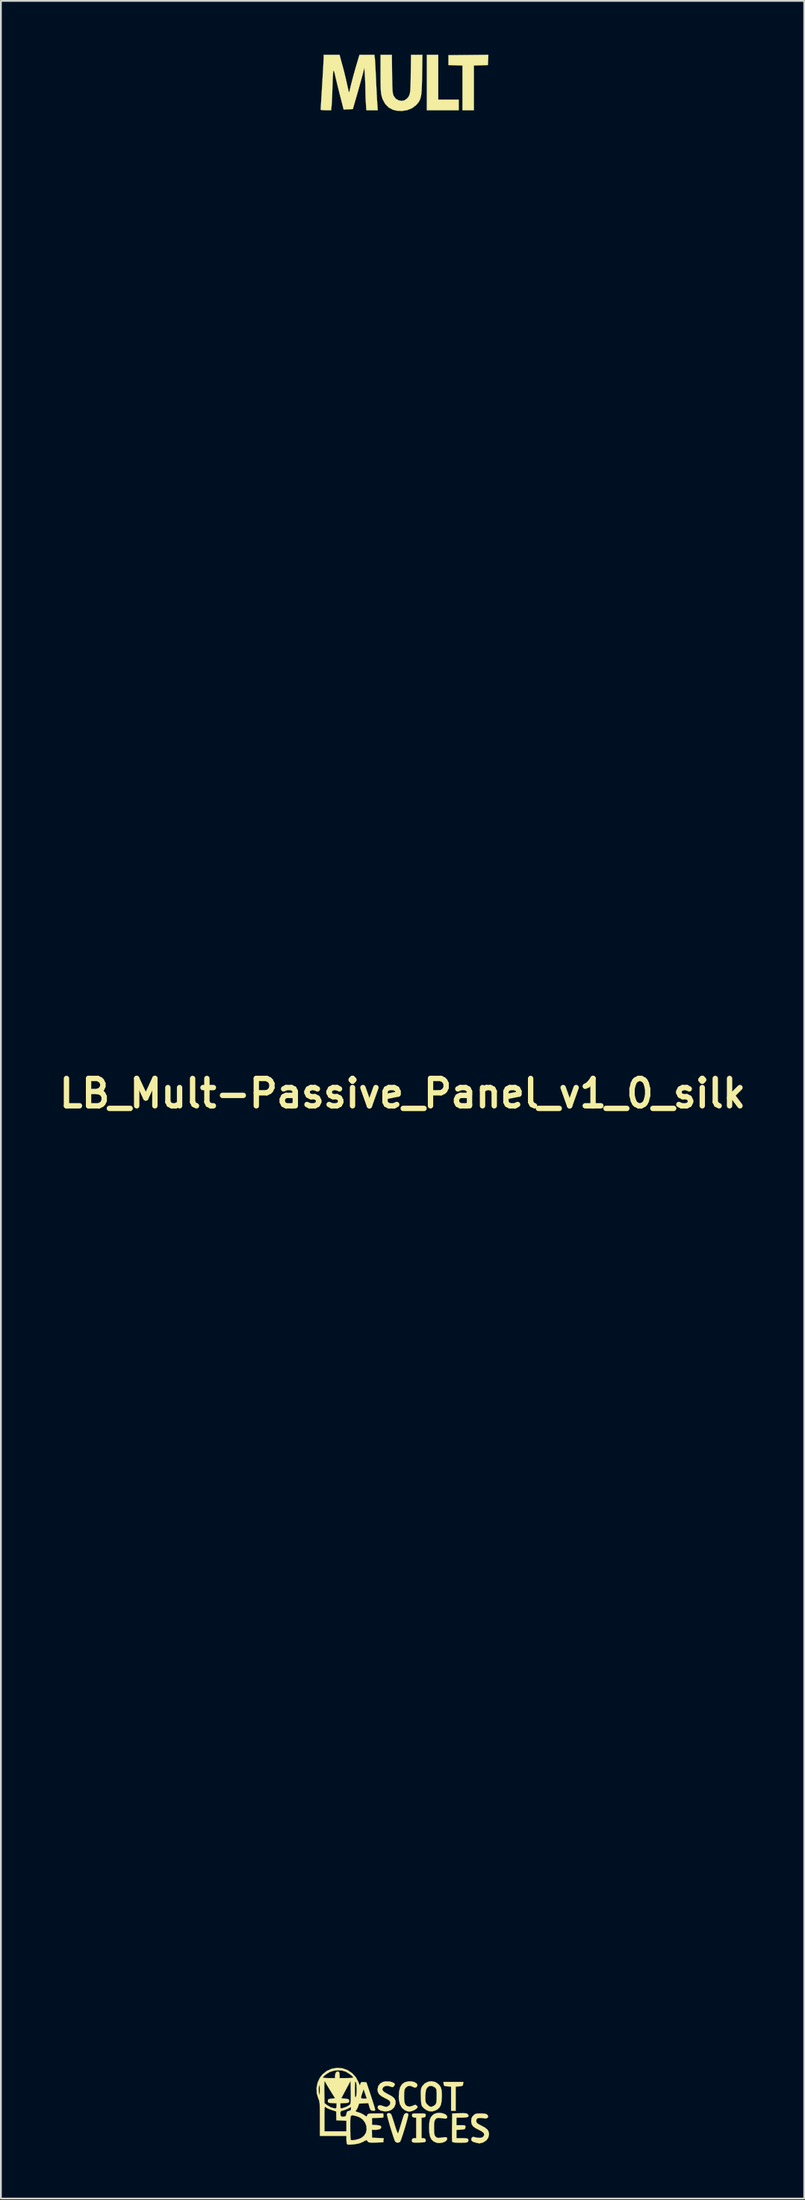
<source format=kicad_pcb>
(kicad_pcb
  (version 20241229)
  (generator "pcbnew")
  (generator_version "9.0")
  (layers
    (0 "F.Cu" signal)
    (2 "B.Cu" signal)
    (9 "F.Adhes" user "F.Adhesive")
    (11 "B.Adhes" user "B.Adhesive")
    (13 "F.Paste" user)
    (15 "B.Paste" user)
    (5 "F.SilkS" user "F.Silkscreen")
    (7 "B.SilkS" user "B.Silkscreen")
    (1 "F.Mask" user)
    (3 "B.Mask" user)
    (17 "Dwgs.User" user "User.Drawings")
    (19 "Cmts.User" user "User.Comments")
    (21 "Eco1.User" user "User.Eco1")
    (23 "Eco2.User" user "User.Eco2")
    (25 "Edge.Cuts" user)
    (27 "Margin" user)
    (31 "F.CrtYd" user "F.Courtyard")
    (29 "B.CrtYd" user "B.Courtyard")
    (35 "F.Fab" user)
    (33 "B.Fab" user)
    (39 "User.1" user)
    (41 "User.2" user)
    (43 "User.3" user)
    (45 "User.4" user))
  (footprint "LB_Mult-Passive_Panel_v1_0_silk"
    (layer "F.Cu")
    (at 19.42 57.918)
    (property "Reference" "LB_Mult-Passive_Panel_v1_0_silk" (at 0 0 0) (layer "F.SilkS") (effects (font (size 1.524 1.524) (thickness 0.3))))
    (attr through_hole)
    (fp_poly (pts (xy 1.99 -55.414) (xy 3.133 -55.414) (xy 3.133 -54.822) (xy 1.355 -54.822) (xy 1.355 -57.912) (xy 1.99 -57.912) (xy 1.99 -55.414)) (stroke (width 0.01) (type solid)) (fill yes) (layer "F.SilkS"))
    (fp_poly (pts (xy 4.775 -57.627) (xy 4.763 -57.34) (xy 4.371 -57.328) (xy 3.979 -57.316) (xy 3.979 -54.822) (xy 3.344 -54.822) (xy 3.344 -57.316) (xy 2.953 -57.328) (xy 2.561 -57.34) (xy 2.561 -57.891) (xy 4.788 -57.913) (xy 4.775 -57.627)) (stroke (width 0.01) (type solid)) (fill yes) (layer "F.SilkS"))
    (fp_poly (pts (xy 3.379 55.234) (xy 3.363 55.306) (xy 3.32 55.342) (xy 3.226 55.359) (xy 3.164 55.364) (xy 2.963 55.377) (xy 2.963 56.727) (xy 2.709 56.727) (xy 2.709 55.377) (xy 2.508 55.364) (xy 2.386 55.351) (xy 2.324 55.325) (xy 2.299 55.27) (xy 2.294 55.234) (xy 2.28 55.118) (xy 3.392 55.118) (xy 3.379 55.234)) (stroke (width 0.01) (type solid)) (fill yes) (layer "F.SilkS"))
    (fp_poly (pts (xy 1.091 56.876) (xy 1.203 56.881) (xy 1.262 56.896) (xy 1.287 56.925) (xy 1.291 56.971) (xy 1.291 56.981) (xy 1.273 57.062) (xy 1.201 57.096) (xy 1.175 57.1) (xy 1.058 57.113) (xy 1.058 58.245) (xy 1.175 58.258) (xy 1.262 58.285) (xy 1.29 58.354) (xy 1.291 58.378) (xy 1.288 58.428) (xy 1.266 58.46) (xy 1.21 58.479) (xy 1.102 58.489) (xy 0.928 58.495) (xy 0.92 58.496) (xy 0.735 58.499) (xy 0.618 58.493) (xy 0.553 58.476) (xy 0.525 58.444) (xy 0.524 58.443) (xy 0.517 58.336) (xy 0.579 58.266) (xy 0.655 58.251) (xy 0.762 58.251) (xy 0.762 57.113) (xy 0.646 57.1) (xy 0.558 57.073) (xy 0.53 57.004) (xy 0.529 56.981) (xy 0.532 56.931) (xy 0.552 56.899) (xy 0.605 56.883) (xy 0.708 56.876) (xy 0.877 56.875) (xy 0.91 56.875) (xy 1.091 56.876)) (stroke (width 0.01) (type solid)) (fill yes) (layer "F.SilkS"))
    (fp_poly (pts (xy 3.513 56.866) (xy 3.593 56.884) (xy 3.638 56.914) (xy 3.639 56.915) (xy 3.685 56.999) (xy 3.659 57.058) (xy 3.557 57.093) (xy 3.377 57.107) (xy 3.324 57.108) (xy 3.006 57.108) (xy 3.006 57.531) (xy 3.262 57.531) (xy 3.404 57.533) (xy 3.479 57.543) (xy 3.508 57.573) (xy 3.508 57.629) (xy 3.506 57.647) (xy 3.492 57.713) (xy 3.457 57.75) (xy 3.378 57.768) (xy 3.249 57.777) (xy 3.006 57.789) (xy 3.006 58.251) (xy 3.321 58.251) (xy 3.505 58.256) (xy 3.617 58.276) (xy 3.668 58.318) (xy 3.671 58.385) (xy 3.662 58.42) (xy 3.642 58.459) (xy 3.602 58.484) (xy 3.526 58.497) (xy 3.397 58.503) (xy 3.213 58.505) (xy 2.999 58.501) (xy 2.86 58.489) (xy 2.787 58.468) (xy 2.77 58.45) (xy 2.764 58.392) (xy 2.76 58.264) (xy 2.758 58.08) (xy 2.759 57.856) (xy 2.761 57.635) (xy 2.773 56.875) (xy 3.179 56.863) (xy 3.38 56.86) (xy 3.513 56.866)) (stroke (width 0.01) (type solid)) (fill yes) (layer "F.SilkS"))
    (fp_poly (pts (xy 0.507 55.089) (xy 0.66 55.127) (xy 0.772 55.192) (xy 0.827 55.275) (xy 0.822 55.344) (xy 0.756 55.421) (xy 0.656 55.429) (xy 0.58 55.393) (xy 0.433 55.333) (xy 0.29 55.35) (xy 0.172 55.441) (xy 0.127 55.513) (xy 0.101 55.602) (xy 0.088 55.731) (xy 0.085 55.91) (xy 0.091 56.132) (xy 0.114 56.286) (xy 0.159 56.387) (xy 0.231 56.451) (xy 0.287 56.477) (xy 0.392 56.496) (xy 0.511 56.468) (xy 0.561 56.447) (xy 0.667 56.403) (xy 0.729 56.398) (xy 0.779 56.429) (xy 0.792 56.442) (xy 0.837 56.505) (xy 0.816 56.564) (xy 0.801 56.583) (xy 0.698 56.663) (xy 0.553 56.731) (xy 0.406 56.767) (xy 0.371 56.769) (xy 0.269 56.75) (xy 0.146 56.702) (xy 0.126 56.692) (xy -0.035 56.561) (xy -0.146 56.365) (xy -0.203 56.109) (xy -0.211 55.945) (xy -0.192 55.641) (xy -0.131 55.408) (xy -0.026 55.241) (xy 0.126 55.135) (xy 0.328 55.086) (xy 0.33 55.086) (xy 0.507 55.089)) (stroke (width 0.01) (type solid)) (fill yes) (layer "F.SilkS"))
    (fp_poly (pts (xy 2.2 56.858) (xy 2.341 56.901) (xy 2.444 56.966) (xy 2.49 57.05) (xy 2.49 57.078) (xy 2.477 57.127) (xy 2.446 57.154) (xy 2.38 57.16) (xy 2.262 57.15) (xy 2.095 57.126) (xy 1.971 57.118) (xy 1.891 57.147) (xy 1.841 57.193) (xy 1.8 57.251) (xy 1.775 57.328) (xy 1.761 57.443) (xy 1.757 57.618) (xy 1.757 57.679) (xy 1.76 57.874) (xy 1.77 58.004) (xy 1.792 58.089) (xy 1.828 58.15) (xy 1.841 58.165) (xy 1.914 58.225) (xy 2.004 58.241) (xy 2.095 58.232) (xy 2.275 58.207) (xy 2.388 58.198) (xy 2.45 58.206) (xy 2.479 58.235) (xy 2.49 58.28) (xy 2.464 58.365) (xy 2.374 58.44) (xy 2.242 58.495) (xy 2.089 58.522) (xy 1.936 58.515) (xy 1.89 58.504) (xy 1.727 58.431) (xy 1.611 58.32) (xy 1.534 58.16) (xy 1.493 57.939) (xy 1.482 57.671) (xy 1.491 57.413) (xy 1.523 57.222) (xy 1.584 57.08) (xy 1.68 56.971) (xy 1.758 56.912) (xy 1.888 56.859) (xy 2.043 56.842) (xy 2.2 56.858)) (stroke (width 0.01) (type solid)) (fill yes) (layer "F.SilkS"))
    (fp_poly (pts (xy 0.312 56.896) (xy 0.323 56.916) (xy 0.318 56.973) (xy 0.291 57.094) (xy 0.247 57.264) (xy 0.19 57.466) (xy 0.126 57.684) (xy 0.059 57.902) (xy -0.006 58.104) (xy -0.064 58.274) (xy -0.11 58.396) (xy -0.138 58.452) (xy -0.22 58.498) (xy -0.323 58.496) (xy -0.405 58.448) (xy -0.417 58.431) (xy -0.451 58.347) (xy -0.501 58.206) (xy -0.561 58.022) (xy -0.627 57.814) (xy -0.693 57.595) (xy -0.755 57.382) (xy -0.808 57.191) (xy -0.848 57.037) (xy -0.869 56.938) (xy -0.871 56.909) (xy -0.815 56.862) (xy -0.728 56.859) (xy -0.651 56.901) (xy -0.646 56.907) (xy -0.618 56.965) (xy -0.574 57.088) (xy -0.517 57.259) (xy -0.454 57.46) (xy -0.442 57.501) (xy -0.381 57.694) (xy -0.326 57.849) (xy -0.282 57.952) (xy -0.255 57.99) (xy -0.251 57.987) (xy -0.228 57.927) (xy -0.188 57.803) (xy -0.136 57.636) (xy -0.086 57.468) (xy -0.027 57.274) (xy 0.026 57.106) (xy 0.068 56.983) (xy 0.091 56.928) (xy 0.157 56.869) (xy 0.244 56.857) (xy 0.312 56.896)) (stroke (width 0.01) (type solid)) (fill yes) (layer "F.SilkS"))
    (fp_poly (pts (xy -0.712 55.095) (xy -0.581 55.133) (xy -0.469 55.188) (xy -0.43 55.24) (xy -0.454 55.31) (xy -0.482 55.352) (xy -0.536 55.405) (xy -0.603 55.402) (xy -0.654 55.381) (xy -0.822 55.334) (xy -0.973 55.347) (xy -1.077 55.411) (xy -1.129 55.5) (xy -1.115 55.586) (xy -1.03 55.674) (xy -0.869 55.772) (xy -0.786 55.814) (xy -0.584 55.926) (xy -0.457 56.038) (xy -0.395 56.163) (xy -0.391 56.312) (xy -0.398 56.359) (xy -0.469 56.532) (xy -0.602 56.66) (xy -0.779 56.738) (xy -0.988 56.758) (xy -1.212 56.715) (xy -1.228 56.709) (xy -1.34 56.643) (xy -1.391 56.557) (xy -1.373 56.47) (xy -1.344 56.439) (xy -1.281 56.417) (xy -1.178 56.434) (xy -1.094 56.462) (xy -0.972 56.502) (xy -0.896 56.509) (xy -0.829 56.484) (xy -0.786 56.457) (xy -0.702 56.377) (xy -0.685 56.277) (xy -0.685 56.269) (xy -0.706 56.2) (xy -0.763 56.14) (xy -0.872 56.074) (xy -0.968 56.026) (xy -1.171 55.916) (xy -1.303 55.808) (xy -1.374 55.689) (xy -1.397 55.547) (xy -1.397 55.537) (xy -1.359 55.352) (xy -1.253 55.208) (xy -1.087 55.115) (xy -0.949 55.087) (xy -0.712 55.095)) (stroke (width 0.01) (type solid)) (fill yes) (layer "F.SilkS"))
    (fp_poly (pts (xy -0.585 -56.843) (xy -0.58 -56.508) (xy -0.575 -56.247) (xy -0.568 -56.048) (xy -0.558 -55.899) (xy -0.545 -55.79) (xy -0.529 -55.71) (xy -0.507 -55.646) (xy -0.49 -55.61) (xy -0.378 -55.464) (xy -0.228 -55.373) (xy -0.06 -55.341) (xy 0.104 -55.371) (xy 0.242 -55.468) (xy 0.302 -55.537) (xy 0.349 -55.603) (xy 0.384 -55.679) (xy 0.41 -55.775) (xy 0.429 -55.903) (xy 0.441 -56.073) (xy 0.449 -56.297) (xy 0.455 -56.587) (xy 0.458 -56.843) (xy 0.472 -57.912) (xy 1.107 -57.912) (xy 1.091 -56.801) (xy 1.084 -56.417) (xy 1.074 -56.108) (xy 1.06 -55.861) (xy 1.038 -55.666) (xy 1.006 -55.513) (xy 0.963 -55.39) (xy 0.905 -55.286) (xy 0.832 -55.191) (xy 0.74 -55.094) (xy 0.738 -55.092) (xy 0.523 -54.933) (xy 0.26 -54.828) (xy -0.03 -54.782) (xy -0.327 -54.796) (xy -0.545 -54.851) (xy -0.78 -54.978) (xy -0.97 -55.173) (xy -1.109 -55.43) (xy -1.141 -55.522) (xy -1.168 -55.619) (xy -1.189 -55.716) (xy -1.205 -55.827) (xy -1.215 -55.964) (xy -1.222 -56.141) (xy -1.226 -56.37) (xy -1.227 -56.663) (xy -1.228 -56.858) (xy -1.228 -57.912) (xy -0.598 -57.912) (xy -0.585 -56.843)) (stroke (width 0.01) (type solid)) (fill yes) (layer "F.SilkS"))
    (fp_poly (pts (xy 4.536 56.881) (xy 4.649 56.902) (xy 4.721 56.942) (xy 4.729 56.95) (xy 4.778 57.023) (xy 4.759 57.094) (xy 4.756 57.098) (xy 4.683 57.152) (xy 4.63 57.156) (xy 4.402 57.124) (xy 4.244 57.126) (xy 4.15 57.166) (xy 4.112 57.247) (xy 4.114 57.328) (xy 4.145 57.395) (xy 4.229 57.464) (xy 4.379 57.545) (xy 4.397 57.554) (xy 4.601 57.665) (xy 4.733 57.773) (xy 4.804 57.892) (xy 4.826 58.035) (xy 4.826 58.04) (xy 4.786 58.218) (xy 4.679 58.372) (xy 4.52 58.479) (xy 4.453 58.503) (xy 4.347 58.53) (xy 4.282 58.542) (xy 4.276 58.542) (xy 4.225 58.531) (xy 4.123 58.508) (xy 4.078 58.498) (xy 3.919 58.446) (xy 3.84 58.377) (xy 3.836 58.288) (xy 3.853 58.249) (xy 3.913 58.184) (xy 3.994 58.188) (xy 4.198 58.236) (xy 4.368 58.236) (xy 4.486 58.188) (xy 4.503 58.173) (xy 4.559 58.074) (xy 4.539 57.981) (xy 4.442 57.888) (xy 4.263 57.791) (xy 4.262 57.79) (xy 4.061 57.687) (xy 3.931 57.586) (xy 3.859 57.474) (xy 3.832 57.336) (xy 3.831 57.295) (xy 3.846 57.15) (xy 3.903 57.042) (xy 3.949 56.992) (xy 4.02 56.929) (xy 4.095 56.894) (xy 4.2 56.878) (xy 4.36 56.875) (xy 4.536 56.881)) (stroke (width 0.01) (type solid)) (fill yes) (layer "F.SilkS"))
    (fp_poly (pts (xy 1.817 55.122) (xy 1.909 55.172) (xy 2.039 55.278) (xy 2.126 55.404) (xy 2.176 55.566) (xy 2.194 55.782) (xy 2.192 55.966) (xy 2.173 56.221) (xy 2.131 56.408) (xy 2.058 56.544) (xy 1.948 56.644) (xy 1.847 56.7) (xy 1.659 56.76) (xy 1.483 56.748) (xy 1.376 56.709) (xy 1.256 56.637) (xy 1.145 56.54) (xy 1.143 56.538) (xy 1.096 56.481) (xy 1.064 56.417) (xy 1.044 56.328) (xy 1.032 56.196) (xy 1.024 56.001) (xy 1.023 55.962) (xy 1.022 55.945) (xy 1.27 55.945) (xy 1.272 56.112) (xy 1.285 56.221) (xy 1.314 56.296) (xy 1.367 56.364) (xy 1.398 56.396) (xy 1.496 56.479) (xy 1.58 56.504) (xy 1.641 56.496) (xy 1.757 56.443) (xy 1.831 56.382) (xy 1.868 56.319) (xy 1.891 56.227) (xy 1.902 56.087) (xy 1.905 55.9) (xy 1.904 55.713) (xy 1.896 55.592) (xy 1.879 55.515) (xy 1.846 55.464) (xy 1.793 55.417) (xy 1.793 55.417) (xy 1.643 55.339) (xy 1.504 55.34) (xy 1.386 55.421) (xy 1.332 55.502) (xy 1.295 55.627) (xy 1.274 55.814) (xy 1.27 55.945) (xy 1.022 55.945) (xy 1.018 55.751) (xy 1.021 55.605) (xy 1.034 55.503) (xy 1.06 55.425) (xy 1.098 55.356) (xy 1.238 55.202) (xy 1.419 55.108) (xy 1.619 55.08) (xy 1.817 55.122)) (stroke (width 0.01) (type solid)) (fill yes) (layer "F.SilkS"))
    (fp_poly (pts (xy -3.47 -57.732) (xy -3.436 -57.607) (xy -3.388 -57.432) (xy -3.335 -57.24) (xy -3.319 -57.18) (xy -3.265 -56.978) (xy -3.204 -56.729) (xy -3.143 -56.471) (xy -3.108 -56.314) (xy -3.066 -56.121) (xy -3.029 -55.961) (xy -3.002 -55.851) (xy -2.988 -55.806) (xy -2.988 -55.806) (xy -2.974 -55.837) (xy -2.949 -55.93) (xy -2.92 -56.059) (xy -2.881 -56.227) (xy -2.822 -56.458) (xy -2.748 -56.734) (xy -2.664 -57.035) (xy -2.575 -57.344) (xy -2.491 -57.626) (xy -2.405 -57.912) (xy -1.572 -57.912) (xy -1.549 -57.732) (xy -1.541 -57.639) (xy -1.53 -57.476) (xy -1.518 -57.257) (xy -1.504 -56.997) (xy -1.49 -56.71) (xy -1.482 -56.536) (xy -1.468 -56.227) (xy -1.453 -55.925) (xy -1.439 -55.646) (xy -1.426 -55.408) (xy -1.415 -55.23) (xy -1.411 -55.171) (xy -1.385 -54.822) (xy -2.019 -54.822) (xy -2.047 -55.209) (xy -2.06 -55.439) (xy -2.07 -55.691) (xy -2.074 -55.915) (xy -2.074 -55.943) (xy -2.077 -56.144) (xy -2.085 -56.389) (xy -2.096 -56.637) (xy -2.102 -56.743) (xy -2.13 -57.195) (xy -2.25 -56.739) (xy -2.306 -56.533) (xy -2.377 -56.275) (xy -2.457 -55.989) (xy -2.538 -55.705) (xy -2.573 -55.584) (xy -2.776 -54.885) (xy -3.032 -54.873) (xy -3.288 -54.86) (xy -3.487 -55.635) (xy -3.557 -55.909) (xy -3.625 -56.184) (xy -3.687 -56.438) (xy -3.737 -56.648) (xy -3.764 -56.769) (xy -3.797 -56.912) (xy -3.824 -57.004) (xy -3.845 -57.038) (xy -3.863 -57.011) (xy -3.877 -56.919) (xy -3.889 -56.757) (xy -3.9 -56.52) (xy -3.911 -56.204) (xy -3.915 -56.092) (xy -3.924 -55.819) (xy -3.934 -55.56) (xy -3.945 -55.332) (xy -3.955 -55.153) (xy -3.964 -55.044) (xy -3.989 -54.822) (xy -4.281 -54.822) (xy -4.425 -54.826) (xy -4.529 -54.837) (xy -4.571 -54.853) (xy -4.571 -54.853) (xy -4.569 -54.902) (xy -4.561 -55.025) (xy -4.55 -55.211) (xy -4.536 -55.451) (xy -4.518 -55.735) (xy -4.499 -56.051) (xy -4.487 -56.24) (xy -4.467 -56.578) (xy -4.448 -56.895) (xy -4.432 -57.179) (xy -4.419 -57.42) (xy -4.409 -57.605) (xy -4.404 -57.723) (xy -4.403 -57.753) (xy -4.403 -57.912) (xy -3.517 -57.912) (xy -3.47 -57.732)) (stroke (width 0.01) (type solid)) (fill yes) (layer "F.SilkS"))
    (fp_poly (pts (xy -3.357 54.358) (xy -3.081 54.454) (xy -2.815 54.629) (xy -2.603 54.863) (xy -2.462 55.132) (xy -2.416 55.25) (xy -2.389 55.298) (xy -2.37 55.283) (xy -2.354 55.228) (xy -2.325 55.152) (xy -2.269 55.124) (xy -2.172 55.126) (xy -2.018 55.139) (xy -1.796 55.804) (xy -1.719 56.038) (xy -1.65 56.252) (xy -1.594 56.431) (xy -1.556 56.557) (xy -1.545 56.601) (xy -1.531 56.69) (xy -1.557 56.722) (xy -1.644 56.72) (xy -1.656 56.719) (xy -1.743 56.703) (xy -1.795 56.66) (xy -1.834 56.569) (xy -1.854 56.502) (xy -1.911 56.299) (xy -2.169 56.312) (xy -2.426 56.325) (xy -2.484 56.494) (xy -2.535 56.612) (xy -2.591 56.698) (xy -2.605 56.711) (xy -2.631 56.744) (xy -2.596 56.772) (xy -2.49 56.804) (xy -2.488 56.805) (xy -2.332 56.86) (xy -2.182 56.938) (xy -2.16 56.952) (xy -2.013 57.054) (xy -1.968 56.964) (xy -1.941 56.923) (xy -1.897 56.897) (xy -1.82 56.883) (xy -1.691 56.876) (xy -1.502 56.875) (xy -1.079 56.875) (xy -1.066 56.991) (xy -1.073 57.084) (xy -1.108 57.11) (xy -1.178 57.113) (xy -1.303 57.117) (xy -1.435 57.121) (xy -1.706 57.129) (xy -1.707 57.51) (xy -1.465 57.523) (xy -1.299 57.542) (xy -1.213 57.578) (xy -1.2 57.597) (xy -1.2 57.687) (xy -1.276 57.75) (xy -1.419 57.782) (xy -1.497 57.785) (xy -1.714 57.785) (xy -1.709 58.007) (xy -1.704 58.23) (xy -1.053 58.254) (xy -1.066 58.369) (xy -1.079 58.483) (xy -1.491 58.496) (xy -1.683 58.5) (xy -1.808 58.496) (xy -1.885 58.483) (xy -1.929 58.457) (xy -1.955 58.424) (xy -1.995 58.37) (xy -2.037 58.364) (xy -2.115 58.404) (xy -2.136 58.417) (xy -2.272 58.485) (xy -2.413 58.539) (xy -2.548 58.57) (xy -2.71 58.594) (xy -2.871 58.61) (xy -3.004 58.614) (xy -3.08 58.605) (xy -3.114 58.548) (xy -3.131 58.421) (xy -3.133 58.353) (xy -3.133 58.124) (xy -4.614 58.124) (xy -4.614 57.177) (xy -4.614 57.165) (xy -4.36 57.165) (xy -4.36 57.87) (xy -3.133 57.87) (xy -3.133 57.503) (xy -2.921 57.503) (xy -2.921 57.651) (xy -2.919 57.881) (xy -2.914 58.082) (xy -2.906 58.237) (xy -2.896 58.331) (xy -2.89 58.353) (xy -2.824 58.369) (xy -2.705 58.36) (xy -2.559 58.331) (xy -2.412 58.286) (xy -2.319 58.246) (xy -2.152 58.12) (xy -2.047 57.957) (xy -2.004 57.77) (xy -2.019 57.576) (xy -2.089 57.39) (xy -2.211 57.224) (xy -2.382 57.096) (xy -2.556 57.029) (xy -2.69 56.995) (xy -2.786 56.977) (xy -2.852 56.986) (xy -2.892 57.033) (xy -2.912 57.128) (xy -2.92 57.281) (xy -2.921 57.503) (xy -3.133 57.503) (xy -3.133 57.281) (xy -3.414 57.268) (xy -3.696 57.256) (xy -3.7 57.008) (xy -3.702 56.872) (xy -3.471 56.872) (xy -3.46 56.994) (xy -3.413 57.05) (xy -3.313 57.059) (xy -3.282 57.057) (xy -3.193 57.036) (xy -3.15 56.979) (xy -3.133 56.896) (xy -3.106 56.792) (xy -3.053 56.746) (xy -2.995 56.734) (xy -2.908 56.707) (xy -2.879 56.638) (xy -2.879 56.618) (xy -2.879 56.515) (xy -3.037 56.6) (xy -3.175 56.662) (xy -3.312 56.706) (xy -3.333 56.71) (xy -3.429 56.739) (xy -3.466 56.795) (xy -3.471 56.872) (xy -3.702 56.872) (xy -3.704 56.76) (xy -3.951 56.683) (xy -4.098 56.63) (xy -4.222 56.571) (xy -4.279 56.533) (xy -4.309 56.509) (xy -4.33 56.506) (xy -4.345 56.534) (xy -4.354 56.605) (xy -4.358 56.729) (xy -4.36 56.917) (xy -4.36 57.165) (xy -4.614 57.165) (xy -4.615 56.866) (xy -4.617 56.628) (xy -4.622 56.449) (xy -4.63 56.316) (xy -4.644 56.217) (xy -4.663 56.138) (xy -4.689 56.067) (xy -4.708 56.023) (xy -4.791 55.744) (xy -4.796 55.566) (xy -4.68 55.566) (xy -4.673 55.691) (xy -4.658 55.791) (xy -4.636 55.837) (xy -4.633 55.838) (xy -4.624 55.799) (xy -4.619 55.696) (xy -4.618 55.551) (xy -4.618 55.531) (xy -4.621 55.389) (xy -4.371 55.389) (xy -4.37 55.594) (xy -4.369 55.689) (xy -4.356 56.302) (xy -4.213 56.412) (xy -4.006 56.533) (xy -3.796 56.593) (xy -3.757 56.596) (xy -3.705 56.578) (xy -3.685 56.503) (xy -3.683 56.454) (xy -3.683 56.308) (xy -3.471 56.308) (xy -3.471 56.458) (xy -3.466 56.557) (xy -3.438 56.592) (xy -3.367 56.583) (xy -3.355 56.58) (xy -3.232 56.54) (xy -3.103 56.487) (xy -2.998 56.428) (xy -2.925 56.371) (xy -2.922 56.368) (xy -2.903 56.299) (xy -2.891 56.152) (xy -2.887 55.984) (xy -2.318 55.984) (xy -2.298 56.031) (xy -2.234 56.048) (xy -2.162 56.049) (xy -1.995 56.049) (xy -2.173 55.522) (xy -2.248 55.733) (xy -2.3 55.89) (xy -2.318 55.984) (xy -2.887 55.984) (xy -2.886 55.931) (xy -2.888 55.684) (xy -2.891 55.541) (xy -2.667 55.541) (xy -2.665 55.752) (xy -2.659 55.888) (xy -2.648 55.961) (xy -2.629 55.981) (xy -2.614 55.971) (xy -2.584 55.894) (xy -2.566 55.739) (xy -2.561 55.541) (xy -2.568 55.321) (xy -2.587 55.175) (xy -2.614 55.112) (xy -2.637 55.104) (xy -2.653 55.143) (xy -2.662 55.239) (xy -2.666 55.403) (xy -2.667 55.541) (xy -2.891 55.541) (xy -2.9 55.054) (xy -3.422 56.028) (xy -3.203 56.049) (xy -3.075 56.066) (xy -3.01 56.09) (xy -2.987 56.136) (xy -2.985 56.176) (xy -2.991 56.236) (xy -3.024 56.27) (xy -3.103 56.286) (xy -3.228 56.295) (xy -3.471 56.308) (xy -3.683 56.308) (xy -3.926 56.295) (xy -4.064 56.285) (xy -4.136 56.267) (xy -4.165 56.231) (xy -4.17 56.176) (xy -4.161 56.111) (xy -4.119 56.076) (xy -4.023 56.056) (xy -3.968 56.049) (xy -3.766 56.028) (xy -4.042 55.585) (xy -4.148 55.412) (xy -4.235 55.265) (xy -4.294 55.159) (xy -4.318 55.109) (xy -4.318 55.108) (xy -4.348 55.076) (xy -4.35 55.076) (xy -4.36 55.115) (xy -4.367 55.225) (xy -4.371 55.389) (xy -4.621 55.389) (xy -4.621 55.38) (xy -4.628 55.305) (xy -4.641 55.298) (xy -4.661 55.349) (xy -4.662 55.351) (xy -4.677 55.443) (xy -4.68 55.566) (xy -4.796 55.566) (xy -4.8 55.448) (xy -4.741 55.155) (xy -4.616 54.884) (xy -4.606 54.871) (xy -4.445 54.871) (xy -4.406 54.888) (xy -4.302 54.9) (xy -4.154 54.906) (xy -4.106 54.906) (xy -3.768 54.906) (xy -3.768 54.763) (xy -3.744 54.634) (xy -3.682 54.553) (xy -3.596 54.535) (xy -3.578 54.54) (xy -3.529 54.604) (xy -3.514 54.736) (xy -3.514 54.906) (xy -3.133 54.906) (xy -2.963 54.902) (xy -2.832 54.891) (xy -2.76 54.875) (xy -2.752 54.866) (xy -2.786 54.814) (xy -2.875 54.736) (xy -2.999 54.647) (xy -3.14 54.562) (xy -3.175 54.544) (xy -3.366 54.483) (xy -3.596 54.465) (xy -3.832 54.489) (xy -4.042 54.554) (xy -4.064 54.565) (xy -4.216 54.653) (xy -4.342 54.745) (xy -4.424 54.826) (xy -4.445 54.871) (xy -4.606 54.871) (xy -4.475 54.701) (xy -4.233 54.507) (xy -3.956 54.384) (xy -3.659 54.333) (xy -3.357 54.358)) (stroke (width 0.01) (type solid)) (fill yes) (layer "F.SilkS")))
  (gr_rect
    (start -3 -3)
    (end 41.84 119.538)
    (stroke (width 0.1) (type default))
    (fill no)
    (layer "Edge.Cuts")))
</source>
